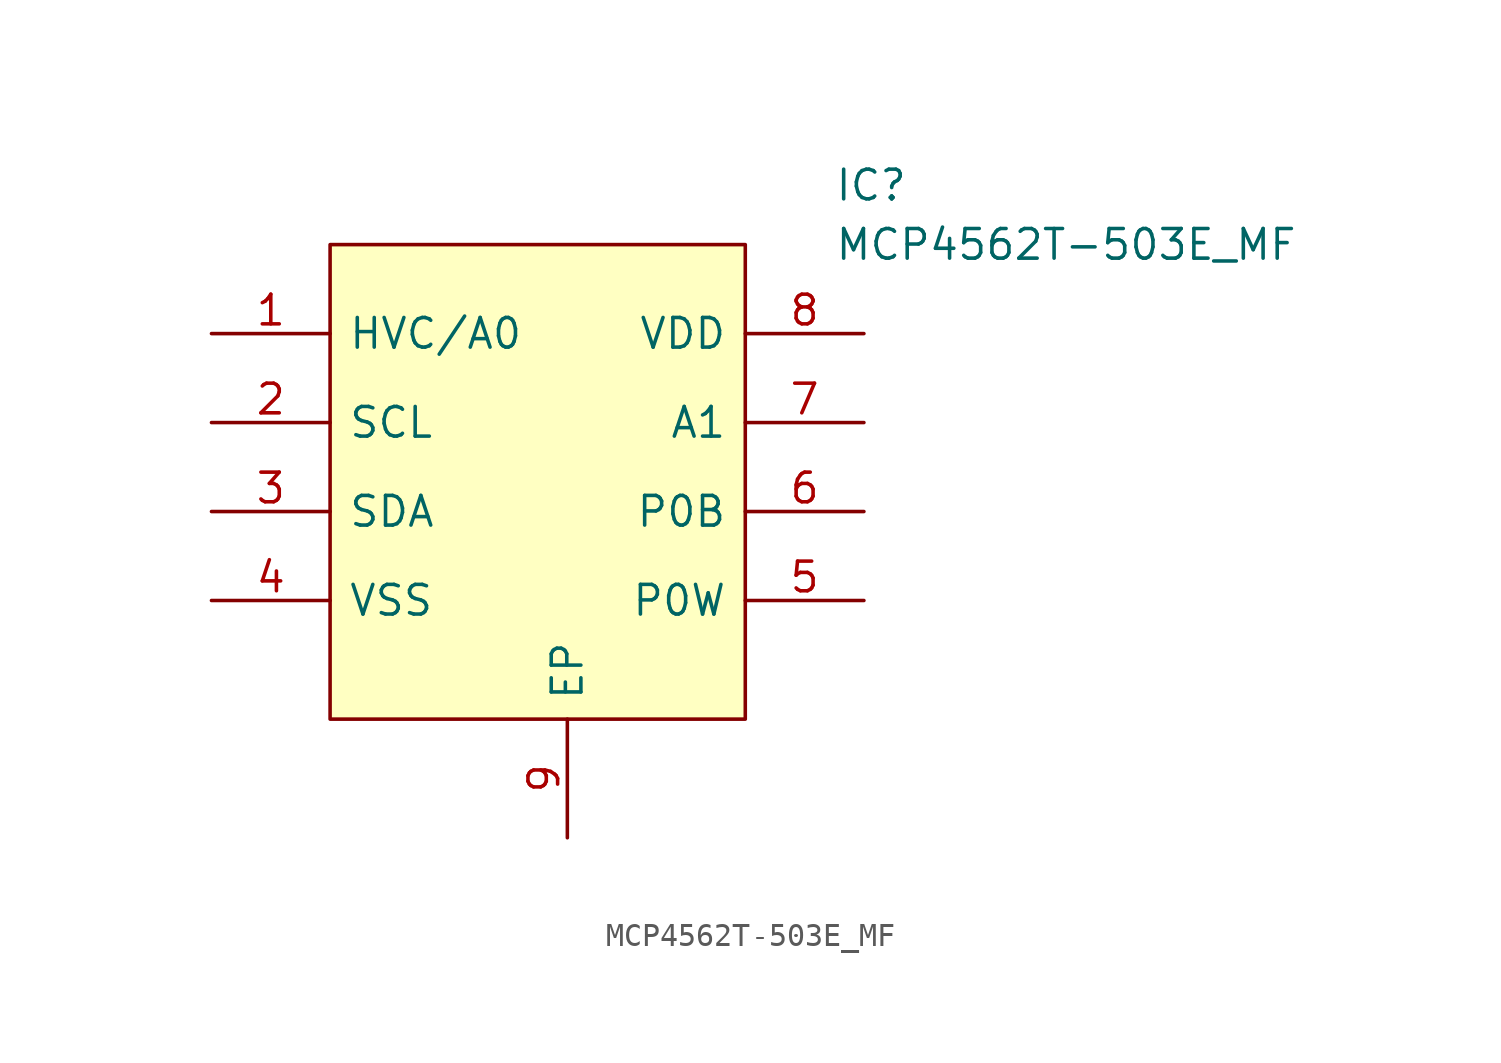
<source format=kicad_sym>
(kicad_symbol_lib
  (version 20220914)
  (generator kicad_symbol_editor)
  (symbol "MCP4562T-503E_MF"
    (pin_names
      (offset 0.762))
    (property "Reference" "IC"
      (at 26.67 7.62 0)
      (effects (font (size 1.27 1.27)) (justify left)))
    (property "Value" "MCP4562T-503E_MF"
      (at 26.67 5.08 0)
      (effects (font (size 1.27 1.27)) (justify left)))
    (symbol "MCP4562T-503E_MF_0_0"
      (pin input line (at 0 1.27 0) (length 5.08) (name "HVC/A0" (effects (font (size 1.27 1.27)))) (number "1" (effects (font (size 1.27 1.27)))))
      (pin input line (at 0 -2.54 0) (length 5.08) (name "SCL" (effects (font (size 1.27 1.27)))) (number "2" (effects (font (size 1.27 1.27)))))
      (pin bidirectional line (at 0 -6.35 0) (length 5.08) (name "SDA" (effects (font (size 1.27 1.27)))) (number "3" (effects (font (size 1.27 1.27)))))
      (pin power_in line (at 0 -10.16 0) (length 5.08) (name "VSS" (effects (font (size 1.27 1.27)))) (number "4" (effects (font (size 1.27 1.27)))))
      (pin passive line (at 27.94 -10.16 180) (length 5.08) (name "P0W" (effects (font (size 1.27 1.27)))) (number "5" (effects (font (size 1.27 1.27)))))
      (pin passive line (at 27.94 -6.35 180) (length 5.08) (name "P0B" (effects (font (size 1.27 1.27)))) (number "6" (effects (font (size 1.27 1.27)))))
      (pin input line (at 27.94 -2.54 180) (length 5.08) (name "A1" (effects (font (size 1.27 1.27)))) (number "7" (effects (font (size 1.27 1.27)))))
      (pin power_in line (at 27.94 1.27 180) (length 5.08) (name "VDD" (effects (font (size 1.27 1.27)))) (number "8" (effects (font (size 1.27 1.27)))))
      (pin passive line (at 15.24 -20.32 90) (length 5.08) (name "EP" (effects (font (size 1.27 1.27)))) (number "9" (effects (font (size 1.27 1.27))))))
    (symbol "MCP4562T-503E_MF_1_0"
      (rectangle (start 5.08 5.08) (end 22.86 -15.24) (stroke (width 0) (type default)) (fill (type background))))))
</source>
